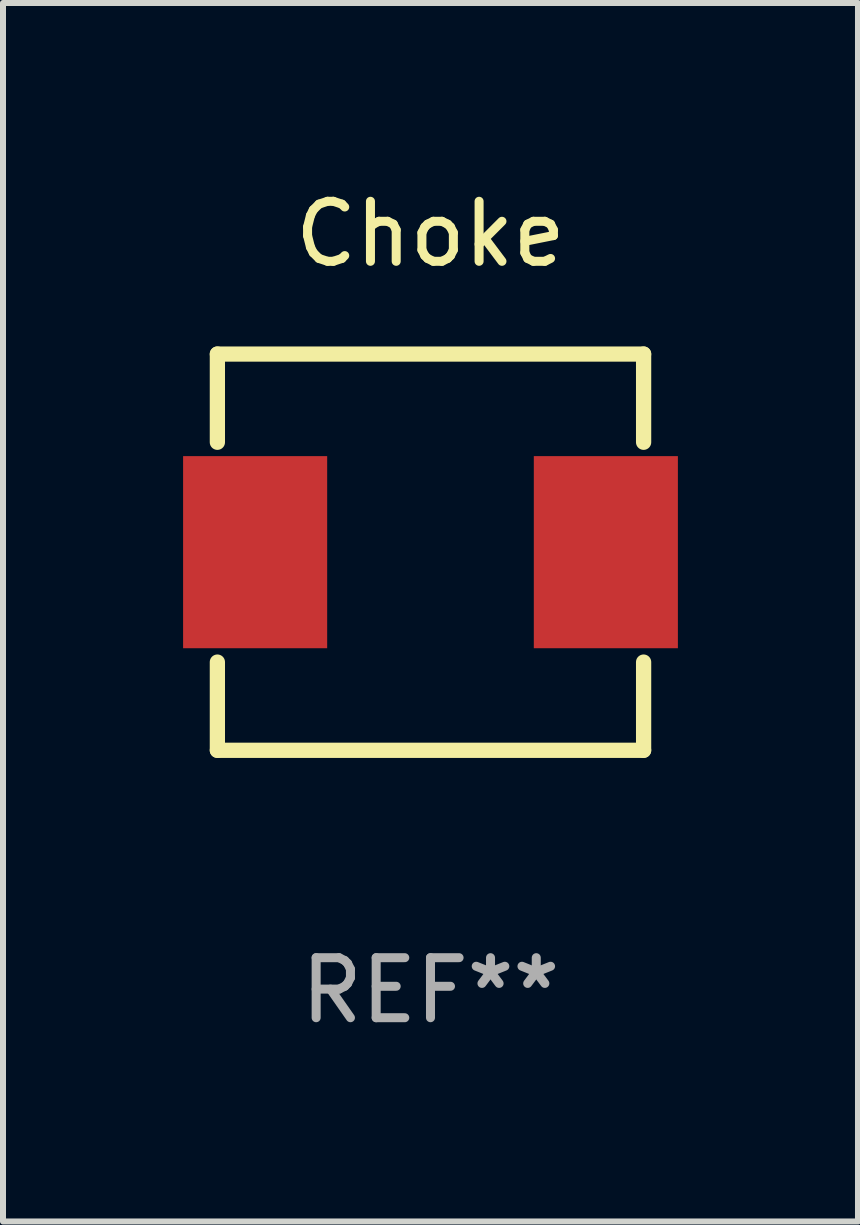
<source format=kicad_pcb>
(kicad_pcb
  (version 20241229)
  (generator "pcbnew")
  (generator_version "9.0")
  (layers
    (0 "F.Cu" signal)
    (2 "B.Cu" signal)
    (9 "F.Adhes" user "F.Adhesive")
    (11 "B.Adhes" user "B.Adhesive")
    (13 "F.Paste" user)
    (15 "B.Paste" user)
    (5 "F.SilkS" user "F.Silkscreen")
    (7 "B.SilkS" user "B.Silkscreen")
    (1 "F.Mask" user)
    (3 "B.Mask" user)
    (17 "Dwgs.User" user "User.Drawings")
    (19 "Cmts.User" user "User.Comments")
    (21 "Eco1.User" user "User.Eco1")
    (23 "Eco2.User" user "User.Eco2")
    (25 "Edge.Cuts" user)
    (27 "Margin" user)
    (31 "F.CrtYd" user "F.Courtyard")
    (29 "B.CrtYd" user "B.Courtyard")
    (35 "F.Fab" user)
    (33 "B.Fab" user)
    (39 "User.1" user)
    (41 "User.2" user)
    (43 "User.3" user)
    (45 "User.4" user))
  (footprint "Choke"
    (layer "F.Cu")
    (at 4.121 6.148)
    (property "Reference" "Choke" (at 0.000013 -5.3 0) (layer "F.SilkS") (effects (font (size 1 1) (thickness 0.15))))
    (attr through_hole)
    (fp_line (start -3.55 -3.3) (end 3.55 -3.3) (stroke (width 0.254) (type solid)) (layer "F.SilkS"))
    (fp_line (start -3.55 -1.831) (end -3.55 -3.3) (stroke (width 0.254) (type solid)) (layer "F.SilkS"))
    (fp_line (start -3.55 3.3) (end -3.55 1.831) (stroke (width 0.254) (type solid)) (layer "F.SilkS"))
    (fp_line (start -3.55 3.3) (end 3.55 3.3) (stroke (width 0.254) (type solid)) (layer "F.SilkS"))
    (fp_line (start 3.55 -1.831) (end 3.55 -3.3) (stroke (width 0.254) (type solid)) (layer "F.SilkS"))
    (fp_line (start 3.55 3.3) (end 3.55 1.831) (stroke (width 0.254) (type solid)) (layer "F.SilkS"))
    (fp_circle (center -3.55 3.3) (end -3.52 3.3) (stroke (width 0.06) (type solid)) (fill no) (layer "F.SilkS"))
    (fp_text user "REF**" (at 0.000013 7.3 0) (layer "F.Fab") (effects (font (size 1 1) (thickness 0.15))))
    (pad "1" smd rect (at -2.921 0) (size 2.4 3.2) (layers "F.Cu" "F.Mask" "F.Paste"))
    (pad "2" smd rect (at 2.921 0) (size 2.4 3.2) (layers "F.Cu" "F.Mask" "F.Paste")))
  (gr_rect
    (start -3 -3)
    (end 11.242 17.297)
    (stroke (width 0.1) (type default))
    (fill no)
    (layer "Edge.Cuts")))
</source>
